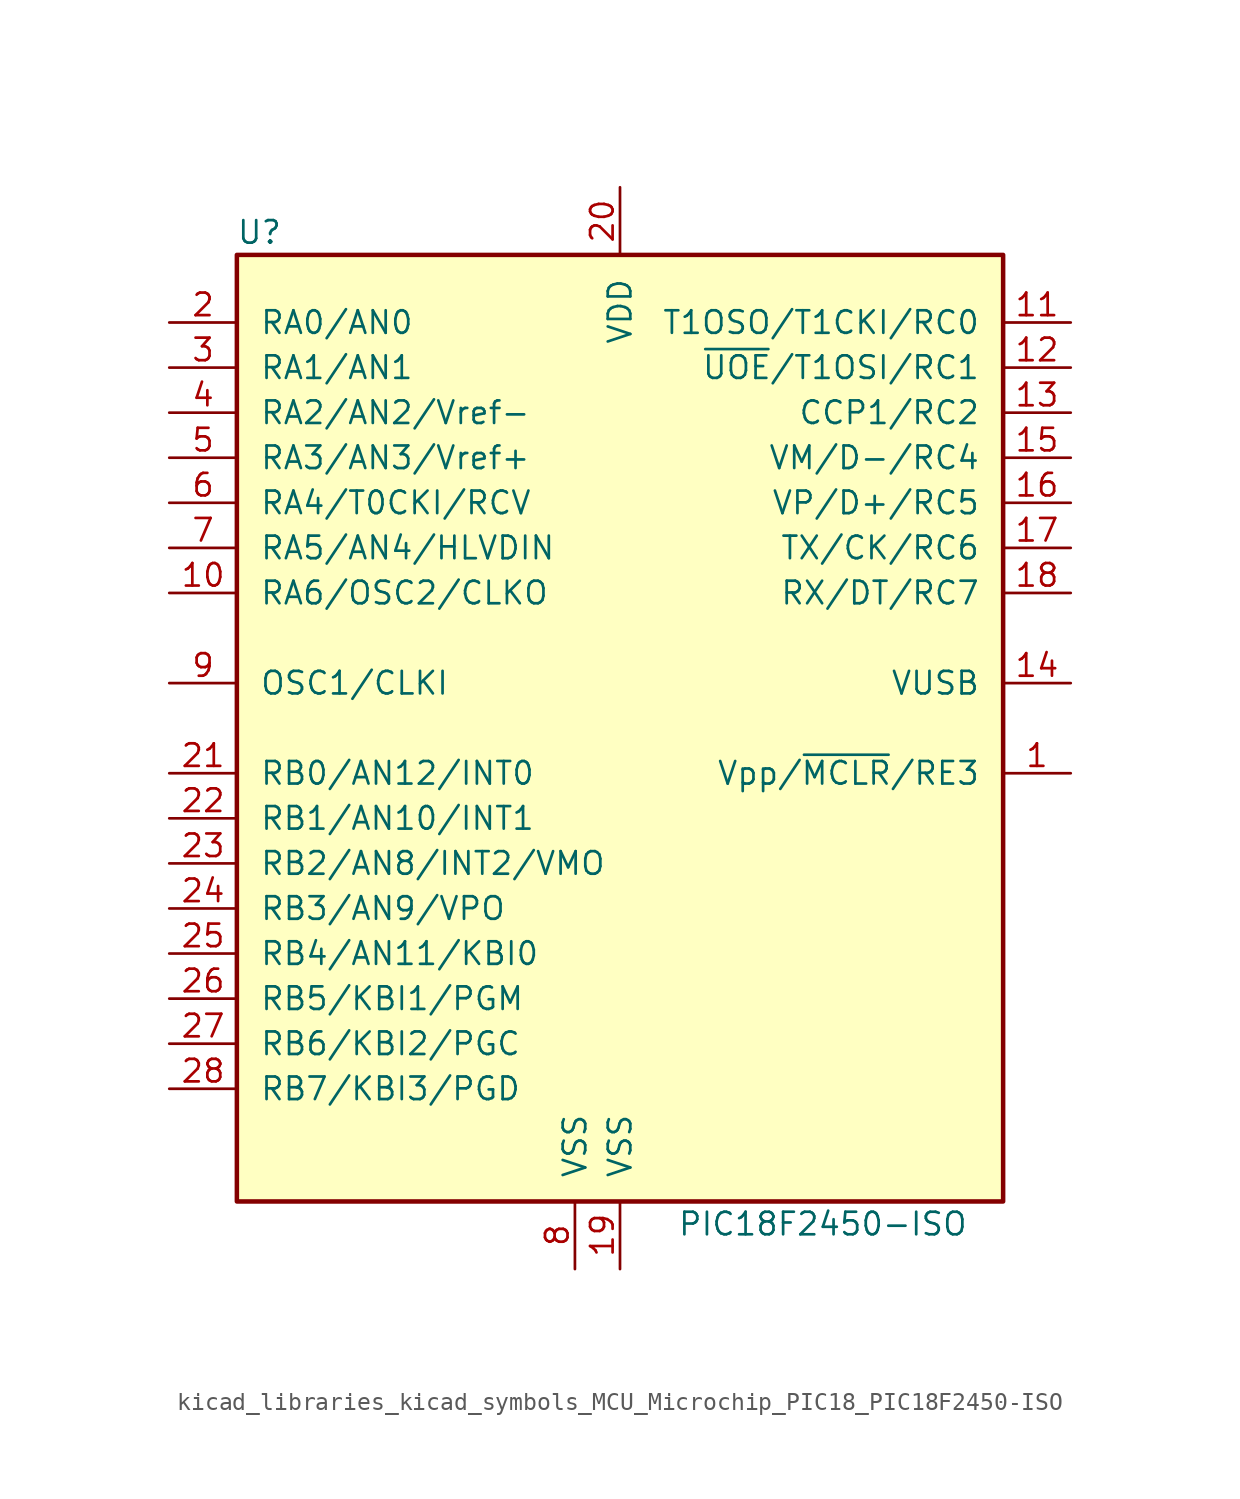
<source format=kicad_sym>
(kicad_symbol_lib
  (version 20220914)
  (generator kicad_symbol_editor)
  (symbol "kicad_libraries_kicad_symbols_MCU_Microchip_PIC18_PIC18F2450-ISO"
    (pin_names
      (offset 1.27))
    (property "Reference" "U"
      (at -20.32 27.94 0)
      (effects (font (size 1.27 1.27))))
    (property "Value" "PIC18F2450-ISO"
      (at 11.43 -27.94 0)
      (effects (font (size 1.27 1.27))))
    (symbol "kicad_libraries_kicad_symbols_MCU_Microchip_PIC18_PIC18F2450-ISO_0_1"
      (rectangle (start -21.59 26.67) (end 21.59 -26.67) (stroke (width 0.254) (type default)) (fill (type background))))
    (symbol "kicad_libraries_kicad_symbols_MCU_Microchip_PIC18_PIC18F2450-ISO_1_1"
      (pin input line (at 25.4 -2.54 180) (length 3.81) (name "Vpp/~{MCLR}/RE3" (effects (font (size 1.27 1.27)))) (number "1" (effects (font (size 1.27 1.27)))))
      (pin output line (at -25.4 7.62 0) (length 3.81) (name "RA6/OSC2/CLKO" (effects (font (size 1.27 1.27)))) (number "10" (effects (font (size 1.27 1.27)))))
      (pin bidirectional line (at 25.4 22.86 180) (length 3.81) (name "T1OSO/T1CKI/RC0" (effects (font (size 1.27 1.27)))) (number "11" (effects (font (size 1.27 1.27)))))
      (pin bidirectional line (at 25.4 20.32 180) (length 3.81) (name "~{UOE}/T1OSI/RC1" (effects (font (size 1.27 1.27)))) (number "12" (effects (font (size 1.27 1.27)))))
      (pin bidirectional line (at 25.4 17.78 180) (length 3.81) (name "CCP1/RC2" (effects (font (size 1.27 1.27)))) (number "13" (effects (font (size 1.27 1.27)))))
      (pin bidirectional line (at 25.4 2.54 180) (length 3.81) (name "VUSB" (effects (font (size 1.27 1.27)))) (number "14" (effects (font (size 1.27 1.27)))))
      (pin bidirectional line (at 25.4 15.24 180) (length 3.81) (name "VM/D-/RC4" (effects (font (size 1.27 1.27)))) (number "15" (effects (font (size 1.27 1.27)))))
      (pin bidirectional line (at 25.4 12.7 180) (length 3.81) (name "VP/D+/RC5" (effects (font (size 1.27 1.27)))) (number "16" (effects (font (size 1.27 1.27)))))
      (pin bidirectional line (at 25.4 10.16 180) (length 3.81) (name "TX/CK/RC6" (effects (font (size 1.27 1.27)))) (number "17" (effects (font (size 1.27 1.27)))))
      (pin bidirectional line (at 25.4 7.62 180) (length 3.81) (name "RX/DT/RC7" (effects (font (size 1.27 1.27)))) (number "18" (effects (font (size 1.27 1.27)))))
      (pin power_in line (at 0 -30.48 90) (length 3.81) (name "VSS" (effects (font (size 1.27 1.27)))) (number "19" (effects (font (size 1.27 1.27)))))
      (pin bidirectional line (at -25.4 22.86 0) (length 3.81) (name "RA0/AN0" (effects (font (size 1.27 1.27)))) (number "2" (effects (font (size 1.27 1.27)))))
      (pin power_in line (at 0 30.48 270) (length 3.81) (name "VDD" (effects (font (size 1.27 1.27)))) (number "20" (effects (font (size 1.27 1.27)))))
      (pin bidirectional line (at -25.4 -2.54 0) (length 3.81) (name "RB0/AN12/INT0" (effects (font (size 1.27 1.27)))) (number "21" (effects (font (size 1.27 1.27)))))
      (pin bidirectional line (at -25.4 -5.08 0) (length 3.81) (name "RB1/AN10/INT1" (effects (font (size 1.27 1.27)))) (number "22" (effects (font (size 1.27 1.27)))))
      (pin bidirectional line (at -25.4 -7.62 0) (length 3.81) (name "RB2/AN8/INT2/VMO" (effects (font (size 1.27 1.27)))) (number "23" (effects (font (size 1.27 1.27)))))
      (pin bidirectional line (at -25.4 -10.16 0) (length 3.81) (name "RB3/AN9/VPO" (effects (font (size 1.27 1.27)))) (number "24" (effects (font (size 1.27 1.27)))))
      (pin bidirectional line (at -25.4 -12.7 0) (length 3.81) (name "RB4/AN11/KBI0" (effects (font (size 1.27 1.27)))) (number "25" (effects (font (size 1.27 1.27)))))
      (pin bidirectional line (at -25.4 -15.24 0) (length 3.81) (name "RB5/KBI1/PGM" (effects (font (size 1.27 1.27)))) (number "26" (effects (font (size 1.27 1.27)))))
      (pin bidirectional line (at -25.4 -17.78 0) (length 3.81) (name "RB6/KBI2/PGC" (effects (font (size 1.27 1.27)))) (number "27" (effects (font (size 1.27 1.27)))))
      (pin bidirectional line (at -25.4 -20.32 0) (length 3.81) (name "RB7/KBI3/PGD" (effects (font (size 1.27 1.27)))) (number "28" (effects (font (size 1.27 1.27)))))
      (pin bidirectional line (at -25.4 20.32 0) (length 3.81) (name "RA1/AN1" (effects (font (size 1.27 1.27)))) (number "3" (effects (font (size 1.27 1.27)))))
      (pin bidirectional line (at -25.4 17.78 0) (length 3.81) (name "RA2/AN2/Vref-" (effects (font (size 1.27 1.27)))) (number "4" (effects (font (size 1.27 1.27)))))
      (pin bidirectional line (at -25.4 15.24 0) (length 3.81) (name "RA3/AN3/Vref+" (effects (font (size 1.27 1.27)))) (number "5" (effects (font (size 1.27 1.27)))))
      (pin bidirectional line (at -25.4 12.7 0) (length 3.81) (name "RA4/T0CKI/RCV" (effects (font (size 1.27 1.27)))) (number "6" (effects (font (size 1.27 1.27)))))
      (pin bidirectional line (at -25.4 10.16 0) (length 3.81) (name "RA5/AN4/HLVDIN" (effects (font (size 1.27 1.27)))) (number "7" (effects (font (size 1.27 1.27)))))
      (pin power_in line (at -2.54 -30.48 90) (length 3.81) (name "VSS" (effects (font (size 1.27 1.27)))) (number "8" (effects (font (size 1.27 1.27)))))
      (pin input line (at -25.4 2.54 0) (length 3.81) (name "OSC1/CLKI" (effects (font (size 1.27 1.27)))) (number "9" (effects (font (size 1.27 1.27))))))))
</source>
